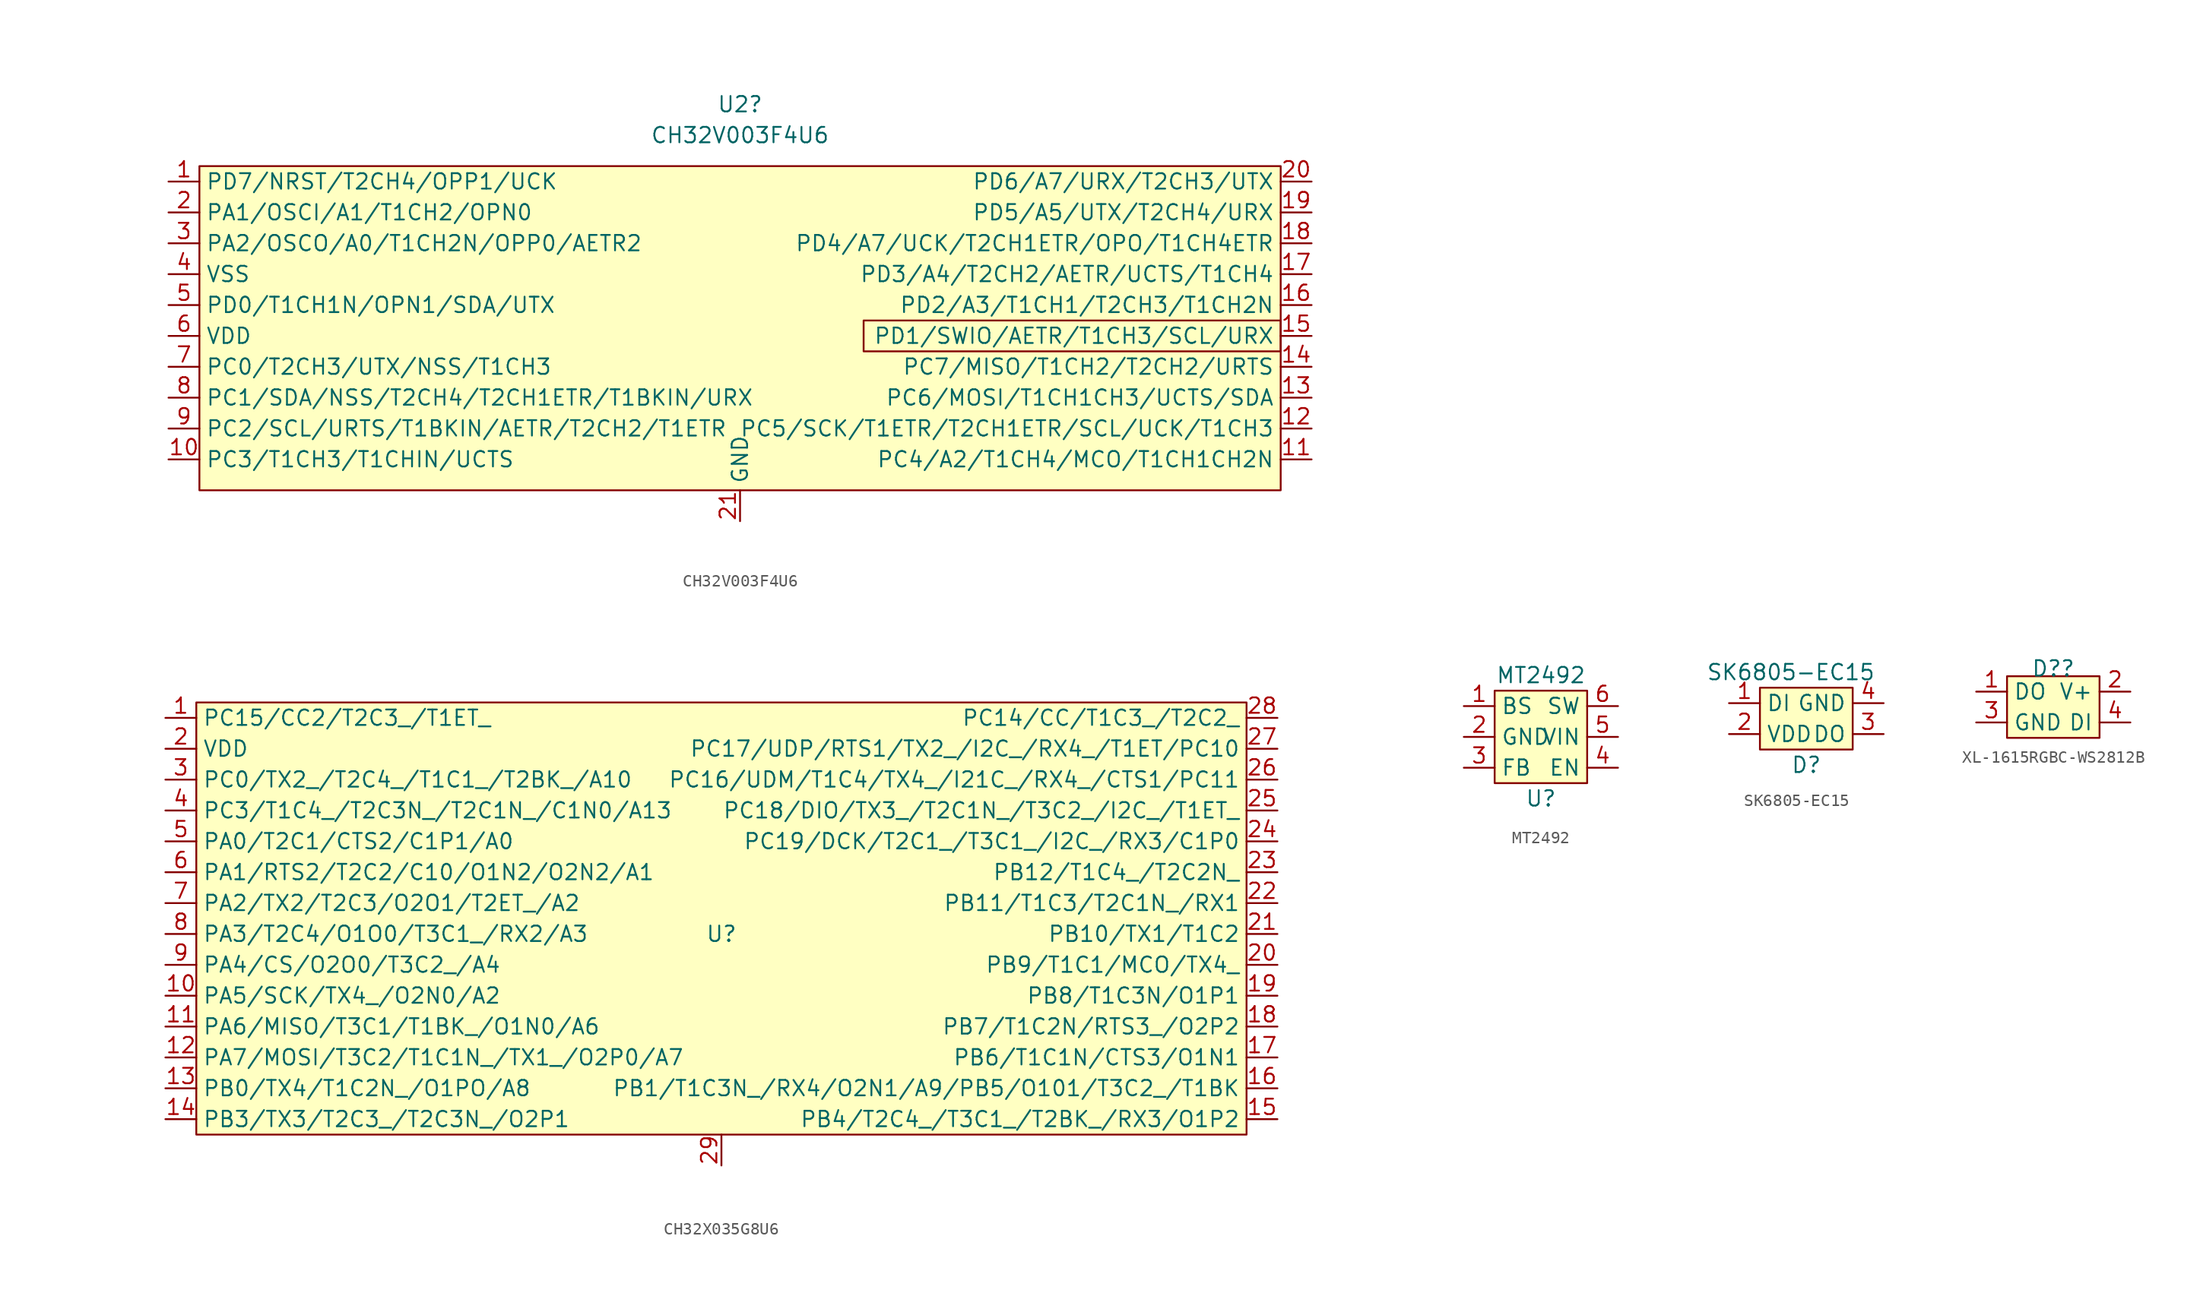
<source format=kicad_sym>
(kicad_symbol_lib
  (version 20241209)
  (generator "kicad_symbol_editor")
  (generator_version "9.0")
  (symbol "CH32V003F4U6"
    (property "Reference" "U2"
      (at 0 17.78 0)
      (effects (font (size 1.27 1.27))))
    (property "Value" "CH32V003F4U6"
      (at 0 15.24 0)
      (effects (font (size 1.27 1.27))))
    (symbol "CH32V003F4U6_0_1"
      (rectangle (start -44.45 12.7) (end 44.45 -13.97) (stroke (width 0) (type default)) (fill (type background)))
      (rectangle (start 10.16 0) (end 44.45 -2.54) (stroke (width 0) (type default)) (fill (type background))))
    (symbol "CH32V003F4U6_1_1"
      (pin bidirectional line (at -46.99 11.43 0) (length 2.54) (name "PD7/NRST/T2CH4/OPP1/UCK" (effects (font (size 1.27 1.27)))) (number "1" (effects (font (size 1.27 1.27)))))
      (pin bidirectional line (at -46.99 8.89 0) (length 2.54) (name "PA1/OSCI/A1/T1CH2/OPN0" (effects (font (size 1.27 1.27)))) (number "2" (effects (font (size 1.27 1.27)))))
      (pin bidirectional line (at -46.99 6.35 0) (length 2.54) (name "PA2/OSCO/A0/T1CH2N/OPP0/AETR2" (effects (font (size 1.27 1.27)))) (number "3" (effects (font (size 1.27 1.27)))))
      (pin bidirectional line (at -46.99 3.81 0) (length 2.54) (name "VSS" (effects (font (size 1.27 1.27)))) (number "4" (effects (font (size 1.27 1.27)))))
      (pin bidirectional line (at -46.99 1.27 0) (length 2.54) (name "PD0/T1CH1N/OPN1/SDA/UTX" (effects (font (size 1.27 1.27)))) (number "5" (effects (font (size 1.27 1.27)))))
      (pin bidirectional line (at -46.99 -1.27 0) (length 2.54) (name "VDD" (effects (font (size 1.27 1.27)))) (number "6" (effects (font (size 1.27 1.27)))))
      (pin bidirectional line (at -46.99 -3.81 0) (length 2.54) (name "PC0/T2CH3/UTX/NSS/T1CH3" (effects (font (size 1.27 1.27)))) (number "7" (effects (font (size 1.27 1.27)))))
      (pin bidirectional line (at -46.99 -6.35 0) (length 2.54) (name "PC1/SDA/NSS/T2CH4/T2CH1ETR/T1BKIN/URX" (effects (font (size 1.27 1.27)))) (number "8" (effects (font (size 1.27 1.27)))))
      (pin bidirectional line (at -46.99 -8.89 0) (length 2.54) (name "PC2/SCL/URTS/T1BKIN/AETR/T2CH2/T1ETR" (effects (font (size 1.27 1.27)))) (number "9" (effects (font (size 1.27 1.27)))))
      (pin bidirectional line (at -46.99 -11.43 0) (length 2.54) (name "PC3/T1CH3/T1CHIN/UCTS" (effects (font (size 1.27 1.27)))) (number "10" (effects (font (size 1.27 1.27)))))
      (pin bidirectional line (at 0 -16.51 90) (length 2.54) (name "GND" (effects (font (size 1.27 1.27)))) (number "21" (effects (font (size 1.27 1.27)))))
      (pin bidirectional line (at 46.99 11.43 180) (length 2.54) (name "PD6/A7/URX/T2CH3/UTX" (effects (font (size 1.27 1.27)))) (number "20" (effects (font (size 1.27 1.27)))))
      (pin bidirectional line (at 46.99 8.89 180) (length 2.54) (name "PD5/A5/UTX/T2CH4/URX" (effects (font (size 1.27 1.27)))) (number "19" (effects (font (size 1.27 1.27)))))
      (pin bidirectional line (at 46.99 6.35 180) (length 2.54) (name "PD4/A7/UCK/T2CH1ETR/OPO/T1CH4ETR" (effects (font (size 1.27 1.27)))) (number "18" (effects (font (size 1.27 1.27)))))
      (pin bidirectional line (at 46.99 3.81 180) (length 2.54) (name "PD3/A4/T2CH2/AETR/UCTS/T1CH4" (effects (font (size 1.27 1.27)))) (number "17" (effects (font (size 1.27 1.27)))))
      (pin bidirectional line (at 46.99 1.27 180) (length 2.54) (name "PD2/A3/T1CH1/T2CH3/T1CH2N" (effects (font (size 1.27 1.27)))) (number "16" (effects (font (size 1.27 1.27)))))
      (pin bidirectional line (at 46.99 -1.27 180) (length 2.54) (name "PD1/SWIO/AETR/T1CH3/SCL/URX" (effects (font (size 1.27 1.27)))) (number "15" (effects (font (size 1.27 1.27)))))
      (pin bidirectional line (at 46.99 -3.81 180) (length 2.54) (name "PC7/MISO/T1CH2/T2CH2/URTS" (effects (font (size 1.27 1.27)))) (number "14" (effects (font (size 1.27 1.27)))))
      (pin bidirectional line (at 46.99 -6.35 180) (length 2.54) (name "PC6/MOSI/T1CH1CH3/UCTS/SDA" (effects (font (size 1.27 1.27)))) (number "13" (effects (font (size 1.27 1.27)))))
      (pin bidirectional line (at 46.99 -8.89 180) (length 2.54) (name "PC5/SCK/T1ETR/T2CH1ETR/SCL/UCK/T1CH3" (effects (font (size 1.27 1.27)))) (number "12" (effects (font (size 1.27 1.27)))))
      (pin bidirectional line (at 46.99 -11.43 180) (length 2.54) (name "PC4/A2/T1CH4/MCO/T1CH1CH2N" (effects (font (size 1.27 1.27)))) (number "11" (effects (font (size 1.27 1.27)))))))
  (symbol "CH32X035G8U6"
    (property "Reference" "U"
      (at 0 0 0)
      (effects (font (size 1.27 1.27))))
    (property "Value" ""
      (at 0 0 0)
      (effects (font (size 1.27 1.27))))
    (symbol "CH32X035G8U6_1_1"
      (rectangle (start -43.18 19.05) (end 43.18 -16.51) (stroke (width 0) (type default)) (fill (type background)))
      (pin bidirectional line (at -45.72 17.78 0) (length 2.54) (name "PC15/CC2/T2C3_/T1ET_" (effects (font (size 1.27 1.27)))) (number "1" (effects (font (size 1.27 1.27)))))
      (pin bidirectional line (at -45.72 15.24 0) (length 2.54) (name "VDD" (effects (font (size 1.27 1.27)))) (number "2" (effects (font (size 1.27 1.27)))))
      (pin bidirectional line (at -45.72 12.7 0) (length 2.54) (name "PC0/TX2_/T2C4_/T1C1_/T2BK_/A10" (effects (font (size 1.27 1.27)))) (number "3" (effects (font (size 1.27 1.27)))))
      (pin bidirectional line (at -45.72 10.16 0) (length 2.54) (name "PC3/T1C4_/T2C3N_/T2C1N_/C1N0/A13" (effects (font (size 1.27 1.27)))) (number "4" (effects (font (size 1.27 1.27)))))
      (pin bidirectional line (at -45.72 7.62 0) (length 2.54) (name "PA0/T2C1/CTS2/C1P1/A0" (effects (font (size 1.27 1.27)))) (number "5" (effects (font (size 1.27 1.27)))))
      (pin bidirectional line (at -45.72 5.08 0) (length 2.54) (name "PA1/RTS2/T2C2/C10/O1N2/O2N2/A1" (effects (font (size 1.27 1.27)))) (number "6" (effects (font (size 1.27 1.27)))))
      (pin bidirectional line (at -45.72 2.54 0) (length 2.54) (name "PA2/TX2/T2C3/O2O1/T2ET_/A2" (effects (font (size 1.27 1.27)))) (number "7" (effects (font (size 1.27 1.27)))))
      (pin bidirectional line (at -45.72 0 0) (length 2.54) (name "PA3/T2C4/O1O0/T3C1_/RX2/A3" (effects (font (size 1.27 1.27)))) (number "8" (effects (font (size 1.27 1.27)))))
      (pin bidirectional line (at -45.72 -2.54 0) (length 2.54) (name "PA4/CS/O2O0/T3C2_/A4" (effects (font (size 1.27 1.27)))) (number "9" (effects (font (size 1.27 1.27)))))
      (pin bidirectional line (at -45.72 -5.08 0) (length 2.54) (name "PA5/SCK/TX4_/O2N0/A2" (effects (font (size 1.27 1.27)))) (number "10" (effects (font (size 1.27 1.27)))))
      (pin bidirectional line (at -45.72 -7.62 0) (length 2.54) (name "PA6/MISO/T3C1/T1BK_/O1N0/A6" (effects (font (size 1.27 1.27)))) (number "11" (effects (font (size 1.27 1.27)))))
      (pin bidirectional line (at -45.72 -10.16 0) (length 2.54) (name "PA7/MOSI/T3C2/T1C1N_/TX1_/O2P0/A7" (effects (font (size 1.27 1.27)))) (number "12" (effects (font (size 1.27 1.27)))))
      (pin bidirectional line (at -45.72 -12.7 0) (length 2.54) (name "PB0/TX4/T1C2N_/O1PO/A8" (effects (font (size 1.27 1.27)))) (number "13" (effects (font (size 1.27 1.27)))))
      (pin bidirectional line (at -45.72 -15.24 0) (length 2.54) (name "PB3/TX3/T2C3_/T2C3N_/O2P1" (effects (font (size 1.27 1.27)))) (number "14" (effects (font (size 1.27 1.27)))))
      (pin bidirectional line (at 0 -19.05 90) (length 2.54) (name "" (effects (font (size 1.27 1.27)))) (number "29" (effects (font (size 1.27 1.27)))))
      (pin bidirectional line (at 45.72 17.78 180) (length 2.54) (name "PC14/CC/T1C3_/T2C2_" (effects (font (size 1.27 1.27)))) (number "28" (effects (font (size 1.27 1.27)))))
      (pin bidirectional line (at 45.72 15.24 180) (length 2.54) (name "PC17/UDP/RTS1/TX2_/I2C_/RX4_/T1ET/PC10" (effects (font (size 1.27 1.27)))) (number "27" (effects (font (size 1.27 1.27)))))
      (pin bidirectional line (at 45.72 12.7 180) (length 2.54) (name "PC16/UDM/T1C4/TX4_/I21C_/RX4_/CTS1/PC11" (effects (font (size 1.27 1.27)))) (number "26" (effects (font (size 1.27 1.27)))))
      (pin bidirectional line (at 45.72 10.16 180) (length 2.54) (name "PC18/DIO/TX3_/T2C1N_/T3C2_/I2C_/T1ET_" (effects (font (size 1.27 1.27)))) (number "25" (effects (font (size 1.27 1.27)))))
      (pin bidirectional line (at 45.72 7.62 180) (length 2.54) (name "PC19/DCK/T2C1_/T3C1_/I2C_/RX3/C1P0" (effects (font (size 1.27 1.27)))) (number "24" (effects (font (size 1.27 1.27)))))
      (pin bidirectional line (at 45.72 5.08 180) (length 2.54) (name "PB12/T1C4_/T2C2N_" (effects (font (size 1.27 1.27)))) (number "23" (effects (font (size 1.27 1.27)))))
      (pin bidirectional line (at 45.72 2.54 180) (length 2.54) (name "PB11/T1C3/T2C1N_/RX1" (effects (font (size 1.27 1.27)))) (number "22" (effects (font (size 1.27 1.27)))))
      (pin bidirectional line (at 45.72 0 180) (length 2.54) (name "PB10/TX1/T1C2" (effects (font (size 1.27 1.27)))) (number "21" (effects (font (size 1.27 1.27)))))
      (pin bidirectional line (at 45.72 -2.54 180) (length 2.54) (name "PB9/T1C1/MCO/TX4_" (effects (font (size 1.27 1.27)))) (number "20" (effects (font (size 1.27 1.27)))))
      (pin bidirectional line (at 45.72 -5.08 180) (length 2.54) (name "PB8/T1C3N/O1P1" (effects (font (size 1.27 1.27)))) (number "19" (effects (font (size 1.27 1.27)))))
      (pin bidirectional line (at 45.72 -7.62 180) (length 2.54) (name "PB7/T1C2N/RTS3_/O2P2" (effects (font (size 1.27 1.27)))) (number "18" (effects (font (size 1.27 1.27)))))
      (pin bidirectional line (at 45.72 -10.16 180) (length 2.54) (name "PB6/T1C1N/CTS3/O1N1" (effects (font (size 1.27 1.27)))) (number "17" (effects (font (size 1.27 1.27)))))
      (pin bidirectional line (at 45.72 -12.7 180) (length 2.54) (name "PB1/T1C3N_/RX4/O2N1/A9/PB5/O101/T3C2_/T1BK" (effects (font (size 1.27 1.27)))) (number "16" (effects (font (size 1.27 1.27)))))
      (pin bidirectional line (at 45.72 -15.24 180) (length 2.54) (name "PB4/T2C4_/T3C1_/T2BK_/RX3/O1P2" (effects (font (size 1.27 1.27)))) (number "15" (effects (font (size 1.27 1.27)))))))
  (symbol "MT2492"
    (property "Reference" "U"
      (at 0 -5.08 0)
      (effects (font (size 1.27 1.27))))
    (property "Value" "MT2492"
      (at 0 5.08 0)
      (effects (font (size 1.27 1.27))))
    (symbol "MT2492_1_1"
      (rectangle (start -3.81 3.81) (end 3.81 -3.81) (stroke (width 0) (type default)) (fill (type background)))
      (pin bidirectional line (at -6.35 2.54 0) (length 2.54) (name "BS" (effects (font (size 1.27 1.27)))) (number "1" (effects (font (size 1.27 1.27)))))
      (pin bidirectional line (at -6.35 0 0) (length 2.54) (name "GND" (effects (font (size 1.27 1.27)))) (number "2" (effects (font (size 1.27 1.27)))))
      (pin bidirectional line (at -6.35 -2.54 0) (length 2.54) (name "FB" (effects (font (size 1.27 1.27)))) (number "3" (effects (font (size 1.27 1.27)))))
      (pin bidirectional line (at 6.35 2.54 180) (length 2.54) (name "SW" (effects (font (size 1.27 1.27)))) (number "6" (effects (font (size 1.27 1.27)))))
      (pin bidirectional line (at 6.35 0 180) (length 2.54) (name "VIN" (effects (font (size 1.27 1.27)))) (number "5" (effects (font (size 1.27 1.27)))))
      (pin bidirectional line (at 6.35 -2.54 180) (length 2.54) (name "EN" (effects (font (size 1.27 1.27)))) (number "4" (effects (font (size 1.27 1.27)))))))
  (symbol "SK6805-EC15"
    (property "Reference" "D"
      (at 0 -3.81 0)
      (effects (font (size 1.27 1.27))))
    (property "Value" "SK6805-EC15"
      (at -1.27 3.81 0)
      (effects (font (size 1.27 1.27))))
    (symbol "SK6805-EC15_0_1"
      (rectangle (start -3.81 2.54) (end 3.81 -2.54) (stroke (width 0) (type default)) (fill (type background))))
    (symbol "SK6805-EC15_1_1"
      (pin input line (at -6.35 1.27 0) (length 2.54) (name "DI" (effects (font (size 1.27 1.27)))) (number "1" (effects (font (size 1.27 1.27)))))
      (pin power_in line (at -6.35 -1.27 0) (length 2.54) (name "VDD" (effects (font (size 1.27 1.27)))) (number "2" (effects (font (size 1.27 1.27)))))
      (pin power_in line (at 6.35 1.27 180) (length 2.54) (name "GND" (effects (font (size 1.27 1.27)))) (number "4" (effects (font (size 1.27 1.27)))))
      (pin output line (at 6.35 -1.27 180) (length 2.54) (name "DO" (effects (font (size 1.27 1.27)))) (number "3" (effects (font (size 1.27 1.27)))))))
  (symbol "XL-1615RGBC-WS2812B"
    (property "Reference" "D?"
      (at 0 3.175 0)
      (effects (font (size 1.27 1.27))))
    (property "Value" ""
      (at 0 0 0)
      (effects (font (size 1.27 1.27))))
    (symbol "XL-1615RGBC-WS2812B_1_1"
      (rectangle (start -3.81 2.54) (end 3.81 -2.54) (stroke (width 0) (type default)) (fill (type background)))
      (pin bidirectional line (at -6.35 1.27 0) (length 2.54) (name "DO" (effects (font (size 1.27 1.27)))) (number "1" (effects (font (size 1.27 1.27)))))
      (pin bidirectional line (at -6.35 -1.27 0) (length 2.54) (name "GND" (effects (font (size 1.27 1.27)))) (number "3" (effects (font (size 1.27 1.27)))))
      (pin bidirectional line (at 6.35 1.27 180) (length 2.54) (name "V+" (effects (font (size 1.27 1.27)))) (number "2" (effects (font (size 1.27 1.27)))))
      (pin bidirectional line (at 6.35 -1.27 180) (length 2.54) (name "DI" (effects (font (size 1.27 1.27)))) (number "4" (effects (font (size 1.27 1.27))))))))
</source>
